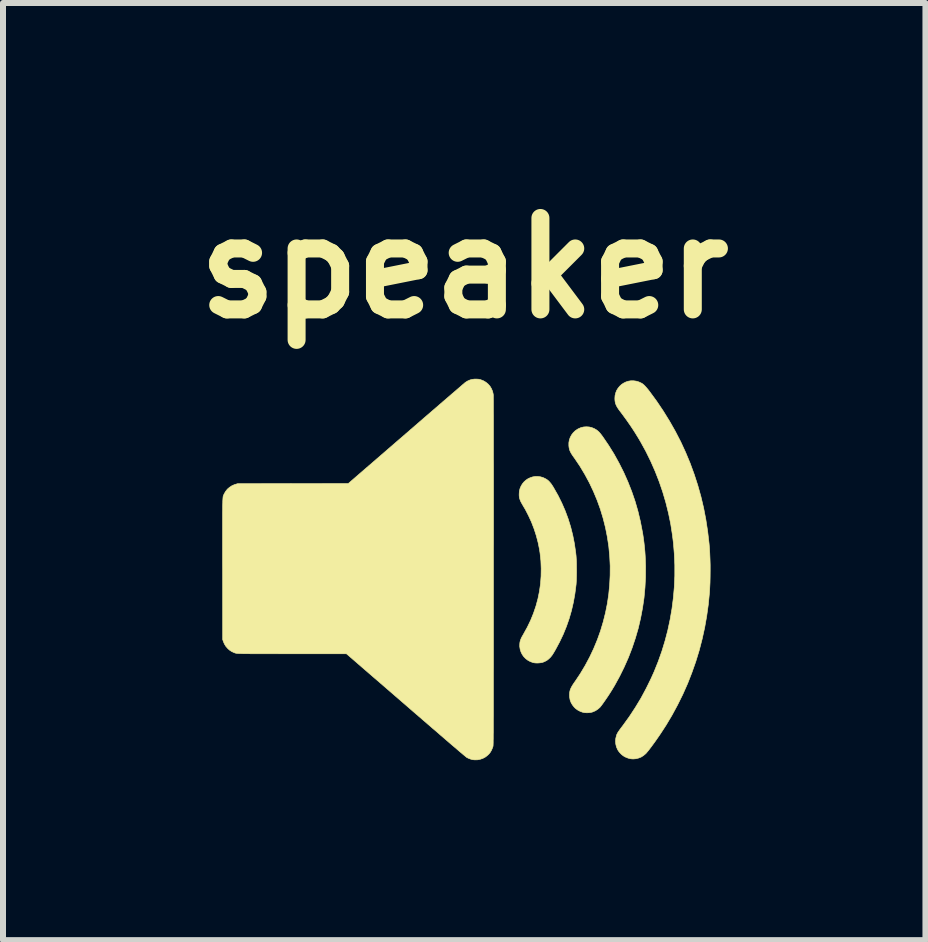
<source format=kicad_pcb>
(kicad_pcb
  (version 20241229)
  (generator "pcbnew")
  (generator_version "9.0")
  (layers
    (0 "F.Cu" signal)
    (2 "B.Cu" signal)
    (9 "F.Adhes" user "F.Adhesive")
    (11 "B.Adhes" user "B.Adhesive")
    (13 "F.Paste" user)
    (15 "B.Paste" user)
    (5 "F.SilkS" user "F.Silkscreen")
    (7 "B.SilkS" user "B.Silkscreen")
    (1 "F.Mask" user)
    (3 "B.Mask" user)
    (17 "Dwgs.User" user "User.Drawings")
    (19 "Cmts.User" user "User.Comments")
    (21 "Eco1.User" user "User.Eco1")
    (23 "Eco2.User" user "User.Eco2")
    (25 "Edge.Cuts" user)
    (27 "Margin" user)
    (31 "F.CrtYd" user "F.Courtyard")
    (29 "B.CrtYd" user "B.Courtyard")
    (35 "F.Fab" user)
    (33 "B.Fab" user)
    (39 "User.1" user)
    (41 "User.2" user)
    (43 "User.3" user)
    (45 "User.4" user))
  (footprint "speaker"
    (layer "F.Cu")
    (at 4.688 6.498)
    (property "Reference" "speaker" (at 0 -5.08 0) (layer "F.SilkS") (effects (font (size 1.524 1.524) (thickness 0.3))))
    (attr through_hole)
    (fp_poly (pts (xy 1.272 -1.6) (xy 1.316 -1.587) (xy 1.345 -1.573) (xy 1.369 -1.56) (xy 1.391 -1.545) (xy 1.41 -1.528) (xy 1.429 -1.507) (xy 1.449 -1.483) (xy 1.469 -1.453) (xy 1.492 -1.417) (xy 1.493 -1.414) (xy 1.564 -1.289) (xy 1.627 -1.162) (xy 1.683 -1.033) (xy 1.732 -0.901) (xy 1.774 -0.766) (xy 1.809 -0.627) (xy 1.837 -0.485) (xy 1.858 -0.339) (xy 1.864 -0.288) (xy 1.866 -0.261) (xy 1.868 -0.227) (xy 1.87 -0.189) (xy 1.871 -0.146) (xy 1.871 -0.1) (xy 1.872 -0.053) (xy 1.872 -0.005) (xy 1.871 0.042) (xy 1.87 0.086) (xy 1.869 0.127) (xy 1.867 0.163) (xy 1.865 0.192) (xy 1.864 0.202) (xy 1.845 0.349) (xy 1.82 0.49) (xy 1.788 0.629) (xy 1.749 0.764) (xy 1.703 0.896) (xy 1.65 1.026) (xy 1.589 1.154) (xy 1.521 1.281) (xy 1.493 1.329) (xy 1.466 1.372) (xy 1.438 1.407) (xy 1.409 1.435) (xy 1.379 1.459) (xy 1.345 1.477) (xy 1.312 1.491) (xy 1.283 1.498) (xy 1.25 1.502) (xy 1.214 1.504) (xy 1.18 1.502) (xy 1.15 1.497) (xy 1.147 1.496) (xy 1.102 1.48) (xy 1.061 1.458) (xy 1.024 1.43) (xy 0.992 1.397) (xy 0.966 1.36) (xy 0.946 1.319) (xy 0.932 1.275) (xy 0.925 1.229) (xy 0.925 1.21) (xy 0.926 1.182) (xy 0.929 1.155) (xy 0.936 1.129) (xy 0.946 1.101) (xy 0.96 1.071) (xy 0.979 1.038) (xy 0.988 1.022) (xy 1.051 0.908) (xy 1.107 0.792) (xy 1.155 0.674) (xy 1.196 0.553) (xy 1.229 0.431) (xy 1.254 0.308) (xy 1.272 0.182) (xy 1.281 0.056) (xy 1.283 -0.071) (xy 1.278 -0.199) (xy 1.264 -0.328) (xy 1.254 -0.393) (xy 1.231 -0.506) (xy 1.201 -0.62) (xy 1.164 -0.734) (xy 1.121 -0.846) (xy 1.071 -0.954) (xy 1.017 -1.059) (xy 0.988 -1.107) (xy 0.968 -1.142) (xy 0.951 -1.172) (xy 0.938 -1.198) (xy 0.929 -1.222) (xy 0.922 -1.244) (xy 0.918 -1.265) (xy 0.916 -1.288) (xy 0.916 -1.314) (xy 0.919 -1.361) (xy 0.93 -1.405) (xy 0.947 -1.445) (xy 0.969 -1.482) (xy 0.996 -1.515) (xy 1.028 -1.544) (xy 1.063 -1.568) (xy 1.102 -1.586) (xy 1.142 -1.599) (xy 1.185 -1.606) (xy 1.228 -1.606) (xy 1.272 -1.6)) (stroke (width 0.01) (type solid)) (fill yes) (layer "F.SilkS"))
    (fp_poly (pts (xy 2.083 -2.431) (xy 2.128 -2.42) (xy 2.171 -2.402) (xy 2.208 -2.38) (xy 2.225 -2.366) (xy 2.241 -2.352) (xy 2.257 -2.335) (xy 2.274 -2.315) (xy 2.294 -2.289) (xy 2.306 -2.273) (xy 2.405 -2.128) (xy 2.497 -1.98) (xy 2.581 -1.828) (xy 2.659 -1.673) (xy 2.729 -1.515) (xy 2.792 -1.355) (xy 2.848 -1.192) (xy 2.896 -1.026) (xy 2.936 -0.858) (xy 2.969 -0.688) (xy 2.975 -0.657) (xy 2.987 -0.576) (xy 2.997 -0.5) (xy 3.005 -0.426) (xy 3.012 -0.352) (xy 3.017 -0.276) (xy 3.02 -0.197) (xy 3.023 -0.113) (xy 3.023 -0.101) (xy 3.022 0.073) (xy 3.013 0.246) (xy 2.997 0.418) (xy 2.972 0.588) (xy 2.94 0.757) (xy 2.901 0.924) (xy 2.853 1.089) (xy 2.798 1.253) (xy 2.736 1.414) (xy 2.666 1.572) (xy 2.589 1.728) (xy 2.505 1.881) (xy 2.483 1.917) (xy 2.465 1.948) (xy 2.444 1.981) (xy 2.422 2.016) (xy 2.399 2.051) (xy 2.376 2.085) (xy 2.353 2.119) (xy 2.331 2.15) (xy 2.311 2.179) (xy 2.293 2.203) (xy 2.278 2.223) (xy 2.266 2.237) (xy 2.264 2.241) (xy 2.228 2.272) (xy 2.188 2.299) (xy 2.144 2.318) (xy 2.133 2.322) (xy 2.106 2.328) (xy 2.075 2.332) (xy 2.041 2.333) (xy 2.01 2.331) (xy 1.982 2.326) (xy 1.98 2.326) (xy 1.934 2.31) (xy 1.892 2.288) (xy 1.854 2.26) (xy 1.833 2.239) (xy 1.803 2.201) (xy 1.781 2.163) (xy 1.765 2.121) (xy 1.757 2.076) (xy 1.755 2.053) (xy 1.755 2.025) (xy 1.757 1.998) (xy 1.761 1.973) (xy 1.768 1.948) (xy 1.779 1.922) (xy 1.794 1.893) (xy 1.813 1.862) (xy 1.837 1.826) (xy 1.849 1.81) (xy 1.937 1.678) (xy 2.018 1.542) (xy 2.092 1.403) (xy 2.159 1.261) (xy 2.219 1.116) (xy 2.272 0.968) (xy 2.317 0.818) (xy 2.355 0.666) (xy 2.386 0.512) (xy 2.409 0.356) (xy 2.424 0.2) (xy 2.432 0.042) (xy 2.433 -0.116) (xy 2.425 -0.275) (xy 2.41 -0.434) (xy 2.409 -0.443) (xy 2.385 -0.6) (xy 2.354 -0.756) (xy 2.315 -0.91) (xy 2.269 -1.062) (xy 2.215 -1.211) (xy 2.154 -1.357) (xy 2.086 -1.501) (xy 2.011 -1.64) (xy 1.929 -1.777) (xy 1.84 -1.909) (xy 1.827 -1.927) (xy 1.803 -1.961) (xy 1.784 -1.991) (xy 1.77 -2.017) (xy 1.759 -2.042) (xy 1.752 -2.066) (xy 1.747 -2.091) (xy 1.744 -2.119) (xy 1.744 -2.12) (xy 1.744 -2.168) (xy 1.752 -2.214) (xy 1.767 -2.257) (xy 1.789 -2.298) (xy 1.817 -2.335) (xy 1.85 -2.367) (xy 1.889 -2.394) (xy 1.902 -2.401) (xy 1.945 -2.42) (xy 1.991 -2.431) (xy 2.037 -2.434) (xy 2.083 -2.431)) (stroke (width 0.01) (type solid)) (fill yes) (layer "F.SilkS"))
    (fp_poly (pts (xy 2.866 -3.195) (xy 2.91 -3.182) (xy 2.953 -3.162) (xy 2.96 -3.159) (xy 2.979 -3.145) (xy 3 -3.127) (xy 3.023 -3.103) (xy 3.049 -3.073) (xy 3.078 -3.037) (xy 3.088 -3.024) (xy 3.207 -2.862) (xy 3.318 -2.697) (xy 3.422 -2.529) (xy 3.519 -2.358) (xy 3.609 -2.184) (xy 3.691 -2.006) (xy 3.766 -1.826) (xy 3.833 -1.643) (xy 3.893 -1.458) (xy 3.946 -1.269) (xy 3.991 -1.079) (xy 4.028 -0.886) (xy 4.058 -0.69) (xy 4.081 -0.492) (xy 4.088 -0.413) (xy 4.093 -0.324) (xy 4.097 -0.23) (xy 4.1 -0.132) (xy 4.1 -0.032) (xy 4.099 0.068) (xy 4.097 0.167) (xy 4.092 0.261) (xy 4.088 0.329) (xy 4.069 0.526) (xy 4.042 0.72) (xy 4.008 0.913) (xy 3.966 1.104) (xy 3.917 1.293) (xy 3.86 1.479) (xy 3.795 1.663) (xy 3.724 1.845) (xy 3.645 2.023) (xy 3.558 2.199) (xy 3.465 2.371) (xy 3.364 2.541) (xy 3.278 2.673) (xy 3.253 2.71) (xy 3.226 2.749) (xy 3.199 2.788) (xy 3.172 2.826) (xy 3.145 2.863) (xy 3.119 2.898) (xy 3.095 2.93) (xy 3.073 2.959) (xy 3.053 2.983) (xy 3.037 3.002) (xy 3.025 3.016) (xy 3.024 3.016) (xy 2.988 3.046) (xy 2.949 3.071) (xy 2.906 3.088) (xy 2.861 3.099) (xy 2.815 3.103) (xy 2.776 3.1) (xy 2.731 3.089) (xy 2.687 3.071) (xy 2.677 3.067) (xy 2.649 3.049) (xy 2.62 3.026) (xy 2.594 2.999) (xy 2.571 2.97) (xy 2.557 2.947) (xy 2.537 2.901) (xy 2.526 2.854) (xy 2.522 2.807) (xy 2.526 2.76) (xy 2.538 2.712) (xy 2.54 2.705) (xy 2.545 2.692) (xy 2.552 2.679) (xy 2.559 2.665) (xy 2.569 2.649) (xy 2.582 2.631) (xy 2.598 2.608) (xy 2.617 2.582) (xy 2.642 2.55) (xy 2.644 2.547) (xy 2.751 2.399) (xy 2.851 2.247) (xy 2.946 2.09) (xy 3.033 1.928) (xy 3.114 1.763) (xy 3.166 1.647) (xy 3.234 1.478) (xy 3.295 1.306) (xy 3.348 1.132) (xy 3.394 0.956) (xy 3.432 0.778) (xy 3.463 0.598) (xy 3.486 0.417) (xy 3.502 0.235) (xy 3.51 0.052) (xy 3.51 -0.131) (xy 3.502 -0.314) (xy 3.487 -0.498) (xy 3.47 -0.633) (xy 3.442 -0.814) (xy 3.405 -0.994) (xy 3.361 -1.171) (xy 3.309 -1.347) (xy 3.25 -1.52) (xy 3.183 -1.691) (xy 3.109 -1.859) (xy 3.028 -2.024) (xy 2.939 -2.186) (xy 2.9 -2.252) (xy 2.84 -2.349) (xy 2.775 -2.448) (xy 2.706 -2.547) (xy 2.635 -2.644) (xy 2.598 -2.693) (xy 2.572 -2.728) (xy 2.551 -2.76) (xy 2.535 -2.79) (xy 2.523 -2.819) (xy 2.516 -2.847) (xy 2.512 -2.878) (xy 2.511 -2.907) (xy 2.514 -2.955) (xy 2.525 -2.999) (xy 2.541 -3.04) (xy 2.564 -3.077) (xy 2.591 -3.11) (xy 2.622 -3.139) (xy 2.657 -3.162) (xy 2.695 -3.181) (xy 2.736 -3.194) (xy 2.778 -3.201) (xy 2.822 -3.201) (xy 2.866 -3.195)) (stroke (width 0.01) (type solid)) (fill yes) (layer "F.SilkS"))
    (fp_poly (pts (xy 0.238 -3.227) (xy 0.267 -3.221) (xy 0.274 -3.219) (xy 0.32 -3.201) (xy 0.362 -3.176) (xy 0.398 -3.146) (xy 0.429 -3.111) (xy 0.453 -3.071) (xy 0.472 -3.027) (xy 0.483 -2.98) (xy 0.484 -2.973) (xy 0.484 -2.969) (xy 0.485 -2.959) (xy 0.485 -2.944) (xy 0.485 -2.923) (xy 0.485 -2.897) (xy 0.486 -2.865) (xy 0.486 -2.828) (xy 0.486 -2.785) (xy 0.486 -2.736) (xy 0.486 -2.682) (xy 0.487 -2.621) (xy 0.487 -2.554) (xy 0.487 -2.481) (xy 0.487 -2.401) (xy 0.487 -2.316) (xy 0.487 -2.223) (xy 0.487 -2.125) (xy 0.487 -2.019) (xy 0.487 -1.907) (xy 0.488 -1.788) (xy 0.488 -1.662) (xy 0.488 -1.529) (xy 0.488 -1.388) (xy 0.488 -1.241) (xy 0.488 -1.086) (xy 0.488 -0.924) (xy 0.488 -0.754) (xy 0.488 -0.577) (xy 0.487 -0.392) (xy 0.487 -0.199) (xy 0.487 -0.036) (xy 0.487 0.147) (xy 0.487 0.321) (xy 0.487 0.488) (xy 0.487 0.648) (xy 0.487 0.8) (xy 0.487 0.945) (xy 0.487 1.084) (xy 0.487 1.215) (xy 0.487 1.34) (xy 0.487 1.459) (xy 0.487 1.571) (xy 0.486 1.677) (xy 0.486 1.778) (xy 0.486 1.872) (xy 0.486 1.961) (xy 0.486 2.045) (xy 0.486 2.124) (xy 0.486 2.197) (xy 0.486 2.266) (xy 0.486 2.33) (xy 0.486 2.389) (xy 0.485 2.444) (xy 0.485 2.495) (xy 0.485 2.541) (xy 0.485 2.584) (xy 0.485 2.624) (xy 0.485 2.659) (xy 0.484 2.692) (xy 0.484 2.721) (xy 0.484 2.747) (xy 0.484 2.771) (xy 0.483 2.791) (xy 0.483 2.809) (xy 0.483 2.825) (xy 0.483 2.839) (xy 0.482 2.851) (xy 0.482 2.861) (xy 0.482 2.869) (xy 0.481 2.876) (xy 0.481 2.881) (xy 0.481 2.886) (xy 0.48 2.889) (xy 0.48 2.892) (xy 0.479 2.894) (xy 0.479 2.895) (xy 0.472 2.916) (xy 0.462 2.94) (xy 0.451 2.964) (xy 0.439 2.984) (xy 0.435 2.991) (xy 0.42 3.011) (xy 0.4 3.032) (xy 0.378 3.051) (xy 0.356 3.068) (xy 0.352 3.071) (xy 0.311 3.093) (xy 0.267 3.108) (xy 0.221 3.117) (xy 0.175 3.118) (xy 0.143 3.115) (xy 0.111 3.107) (xy 0.078 3.095) (xy 0.046 3.08) (xy 0.04 3.076) (xy 0.035 3.072) (xy 0.024 3.063) (xy 0.007 3.049) (xy -0.016 3.03) (xy -0.044 3.006) (xy -0.078 2.978) (xy -0.116 2.945) (xy -0.16 2.907) (xy -0.209 2.866) (xy -0.262 2.82) (xy -0.32 2.77) (xy -0.383 2.716) (xy -0.449 2.658) (xy -0.521 2.597) (xy -0.596 2.532) (xy -0.675 2.464) (xy -0.758 2.392) (xy -0.845 2.317) (xy -0.936 2.238) (xy -0.974 2.205) (xy -1.963 1.35) (xy -2.86 1.35) (xy -2.961 1.35) (xy -3.055 1.35) (xy -3.141 1.349) (xy -3.221 1.349) (xy -3.293 1.349) (xy -3.36 1.349) (xy -3.42 1.349) (xy -3.474 1.349) (xy -3.523 1.349) (xy -3.567 1.349) (xy -3.606 1.348) (xy -3.641 1.348) (xy -3.672 1.348) (xy -3.698 1.347) (xy -3.721 1.346) (xy -3.741 1.346) (xy -3.758 1.345) (xy -3.773 1.344) (xy -3.785 1.343) (xy -3.795 1.342) (xy -3.803 1.341) (xy -3.811 1.339) (xy -3.817 1.338) (xy -3.822 1.336) (xy -3.827 1.334) (xy -3.832 1.332) (xy -3.837 1.33) (xy -3.842 1.328) (xy -3.876 1.312) (xy -3.907 1.292) (xy -3.936 1.267) (xy -3.941 1.262) (xy -3.973 1.226) (xy -3.997 1.187) (xy -4.015 1.145) (xy -4.026 1.113) (xy -4.027 -0.056) (xy -4.028 -0.171) (xy -4.028 -0.28) (xy -4.028 -0.38) (xy -4.028 -0.474) (xy -4.028 -0.561) (xy -4.028 -0.641) (xy -4.028 -0.715) (xy -4.028 -0.783) (xy -4.028 -0.845) (xy -4.028 -0.901) (xy -4.028 -0.953) (xy -4.028 -0.999) (xy -4.027 -1.041) (xy -4.027 -1.079) (xy -4.027 -1.112) (xy -4.026 -1.141) (xy -4.025 -1.167) (xy -4.025 -1.19) (xy -4.024 -1.209) (xy -4.023 -1.226) (xy -4.022 -1.24) (xy -4.021 -1.253) (xy -4.02 -1.263) (xy -4.019 -1.271) (xy -4.017 -1.278) (xy -4.015 -1.284) (xy -4.014 -1.289) (xy -4.012 -1.294) (xy -4.01 -1.298) (xy -4.008 -1.302) (xy -4.005 -1.307) (xy -4.003 -1.312) (xy -4.001 -1.316) (xy -3.977 -1.358) (xy -3.947 -1.395) (xy -3.911 -1.426) (xy -3.871 -1.452) (xy -3.825 -1.472) (xy -3.807 -1.477) (xy -3.776 -1.486) (xy -2.854 -1.487) (xy -1.933 -1.488) (xy -0.965 -2.325) (xy -0.889 -2.391) (xy -0.815 -2.455) (xy -0.742 -2.518) (xy -0.671 -2.58) (xy -0.602 -2.639) (xy -0.535 -2.697) (xy -0.471 -2.752) (xy -0.41 -2.805) (xy -0.352 -2.855) (xy -0.297 -2.902) (xy -0.246 -2.946) (xy -0.199 -2.987) (xy -0.155 -3.024) (xy -0.116 -3.058) (xy -0.081 -3.088) (xy -0.051 -3.114) (xy -0.026 -3.136) (xy -0.005 -3.153) (xy 0.009 -3.166) (xy 0.019 -3.173) (xy 0.022 -3.176) (xy 0.054 -3.196) (xy 0.09 -3.212) (xy 0.111 -3.219) (xy 0.139 -3.225) (xy 0.171 -3.229) (xy 0.205 -3.229) (xy 0.238 -3.227)) (stroke (width 0.01) (type solid)) (fill yes) (layer "F.SilkS")))
  (gr_rect
    (start -3 -3)
    (end 12.376 12.621)
    (stroke (width 0.1) (type default))
    (fill no)
    (layer "Edge.Cuts")))
</source>
